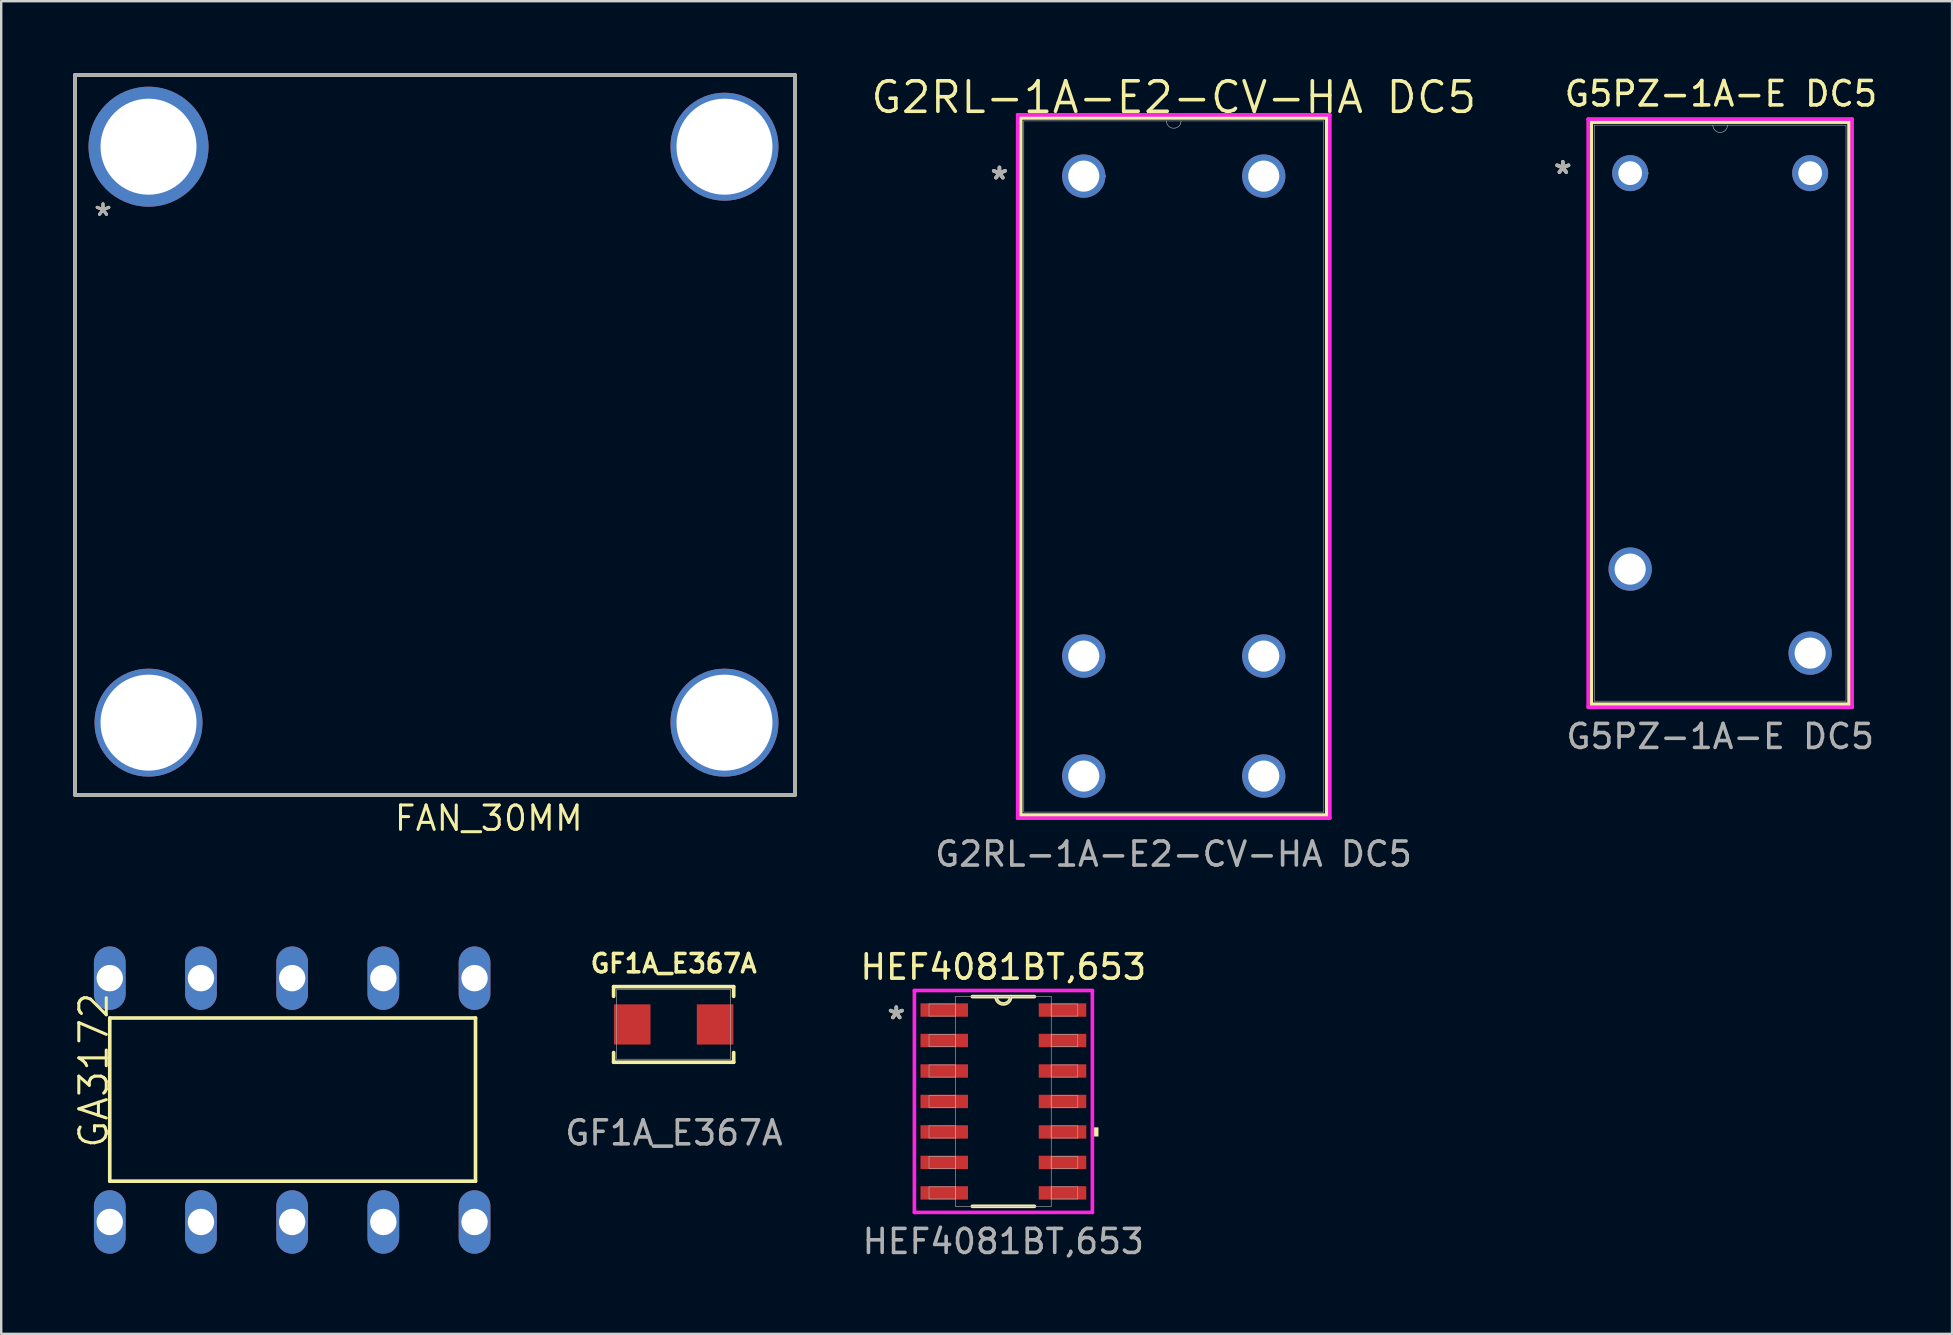
<source format=kicad_pcb>
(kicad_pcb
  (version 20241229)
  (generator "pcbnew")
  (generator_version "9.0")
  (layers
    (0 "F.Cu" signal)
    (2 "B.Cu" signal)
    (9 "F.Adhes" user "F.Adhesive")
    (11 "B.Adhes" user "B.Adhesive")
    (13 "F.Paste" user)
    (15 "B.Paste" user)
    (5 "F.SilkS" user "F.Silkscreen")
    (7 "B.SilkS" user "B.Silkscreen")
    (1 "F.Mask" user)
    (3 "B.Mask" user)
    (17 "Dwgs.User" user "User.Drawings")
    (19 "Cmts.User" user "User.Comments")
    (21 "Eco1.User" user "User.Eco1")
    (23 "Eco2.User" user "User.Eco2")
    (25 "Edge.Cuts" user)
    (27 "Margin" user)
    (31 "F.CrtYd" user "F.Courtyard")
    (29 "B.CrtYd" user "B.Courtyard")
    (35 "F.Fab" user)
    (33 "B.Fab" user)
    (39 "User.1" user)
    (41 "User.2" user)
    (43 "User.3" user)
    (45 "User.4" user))
  (footprint "G5PZ-1A-E DC5"
    (layer "F.Cu")
    (at 64.879 4.165)
    (property "Reference" "G5PZ-1A-E DC5" (at 3.783 -3.307 0) (unlocked yes) (layer "F.SilkS") (effects (font (size 1.016 1.016) (thickness 0.15))))
    (attr through_hole)
    (fp_line (start -1.622 -2.127) (end -1.622 22.13) (stroke (width 0.152) (type solid)) (layer "F.SilkS"))
    (fp_line (start -1.622 22.13) (end 9.122 22.13) (stroke (width 0.152) (type solid)) (layer "F.SilkS"))
    (fp_line (start 9.122 -2.127) (end -1.622 -2.127) (stroke (width 0.152) (type solid)) (layer "F.SilkS"))
    (fp_line (start 9.122 22.13) (end 9.122 -2.127) (stroke (width 0.152) (type solid)) (layer "F.SilkS"))
    (fp_line (start -1.749 -2.254) (end 9.249 -2.254) (stroke (width 0.152) (type solid)) (layer "F.CrtYd"))
    (fp_line (start -1.749 22.257) (end -1.749 -2.254) (stroke (width 0.152) (type solid)) (layer "F.CrtYd"))
    (fp_line (start 9.249 -2.254) (end 9.249 22.257) (stroke (width 0.152) (type solid)) (layer "F.CrtYd"))
    (fp_line (start 9.249 22.257) (end -1.749 22.257) (stroke (width 0.152) (type solid)) (layer "F.CrtYd"))
    (fp_line (start -1.495 -2) (end -1.495 22.003) (stroke (width 0.025) (type solid)) (layer "F.Fab"))
    (fp_line (start -1.495 22.003) (end 8.995 22.003) (stroke (width 0.025) (type solid)) (layer "F.Fab"))
    (fp_line (start 8.995 -2) (end -1.495 -2) (stroke (width 0.025) (type solid)) (layer "F.Fab"))
    (fp_line (start 8.995 22.003) (end 8.995 -2) (stroke (width 0.025) (type solid)) (layer "F.Fab"))
    (fp_arc (start 4.0548 -2) (mid 3.75 -1.6952) (end 3.4452 -2) (stroke (width 0.0254) (type solid)) (layer "F.Fab"))
    (fp_circle (center 0.749 0) (end 0.749 0) (stroke (width 0.025) (type solid)) (fill no) (layer "F.Fab"))
    (fp_text user "*" (at -2.806 0.074 0) (layer "F.SilkS") (effects (font (size 1 1) (thickness 0.15))))
    (fp_text user "*" (at -2.806 0.074 0) (layer "F.Fab") (effects (font (size 1 1) (thickness 0.15))))
    (fp_text user "${REFERENCE}" (at 3.752 23.475 0) (unlocked yes) (layer "F.Fab") (effects (font (size 1 1) (thickness 0.15))))
    (pad "1" thru_hole circle (at 0 0.000001) (size 1.499 1.499) (drill 0.991) (layers "*.Cu" "*.Mask"))
    (pad "2" thru_hole circle (at 0 16.5) (size 1.803 1.803) (drill 1.295) (layers "*.Cu" "*.Mask"))
    (pad "3" thru_hole circle (at 7.5 20) (size 1.803 1.803) (drill 1.295) (layers "*.Cu" "*.Mask"))
    (pad "4" thru_hole circle (at 7.5 0.000001) (size 1.499 1.499) (drill 0.991) (layers "*.Cu" "*.Mask")))
  (footprint "HEF4081BT,653"
    (layer "F.Cu")
    (at 38.761 42.848)
    (property "Reference" "HEF4081BT,653" (at -0.004 -5.601 0) (unlocked yes) (layer "F.SilkS") (effects (font (size 1.016 1.016) (thickness 0.15))))
    (attr smd)
    (fp_line (start -1.293 4.369) (end 1.293 4.369) (stroke (width 0.152) (type solid)) (layer "F.SilkS"))
    (fp_line (start 1.293 -4.369) (end -1.293 -4.369) (stroke (width 0.152) (type solid)) (layer "F.SilkS"))
    (fp_arc (start 0.3048 -4.3688) (mid 0 -4.064) (end -0.3048 -4.3688) (stroke (width 0.1524) (type solid)) (layer "F.SilkS"))
    (fp_poly (pts (xy 3.962 1.079) (xy 3.962 1.46) (xy 3.708 1.46) (xy 3.708 1.079)) (stroke (width 0) (type solid)) (fill yes) (layer "F.SilkS"))
    (fp_line (start -3.708 -4.623) (end 3.708 -4.623) (stroke (width 0.152) (type solid)) (layer "F.CrtYd"))
    (fp_line (start -3.708 4.623) (end -3.708 -4.623) (stroke (width 0.152) (type solid)) (layer "F.CrtYd"))
    (fp_line (start 3.708 -4.623) (end 3.708 4.623) (stroke (width 0.152) (type solid)) (layer "F.CrtYd"))
    (fp_line (start 3.708 4.623) (end -3.708 4.623) (stroke (width 0.152) (type solid)) (layer "F.CrtYd"))
    (fp_line (start -3.099 -4.064) (end -3.099 -3.556) (stroke (width 0.025) (type solid)) (layer "F.Fab"))
    (fp_line (start -3.099 -3.556) (end -1.994 -3.556) (stroke (width 0.025) (type solid)) (layer "F.Fab"))
    (fp_line (start -3.099 -2.794) (end -3.099 -2.286) (stroke (width 0.025) (type solid)) (layer "F.Fab"))
    (fp_line (start -3.099 -2.286) (end -1.994 -2.286) (stroke (width 0.025) (type solid)) (layer "F.Fab"))
    (fp_line (start -3.099 -1.524) (end -3.099 -1.016) (stroke (width 0.025) (type solid)) (layer "F.Fab"))
    (fp_line (start -3.099 -1.016) (end -1.994 -1.016) (stroke (width 0.025) (type solid)) (layer "F.Fab"))
    (fp_line (start -3.099 -0.254) (end -3.099 0.254) (stroke (width 0.025) (type solid)) (layer "F.Fab"))
    (fp_line (start -3.099 0.254) (end -1.994 0.254) (stroke (width 0.025) (type solid)) (layer "F.Fab"))
    (fp_line (start -3.099 1.016) (end -3.099 1.524) (stroke (width 0.025) (type solid)) (layer "F.Fab"))
    (fp_line (start -3.099 1.524) (end -1.994 1.524) (stroke (width 0.025) (type solid)) (layer "F.Fab"))
    (fp_line (start -3.099 2.286) (end -3.099 2.794) (stroke (width 0.025) (type solid)) (layer "F.Fab"))
    (fp_line (start -3.099 2.794) (end -1.994 2.794) (stroke (width 0.025) (type solid)) (layer "F.Fab"))
    (fp_line (start -3.099 3.556) (end -3.099 4.064) (stroke (width 0.025) (type solid)) (layer "F.Fab"))
    (fp_line (start -3.099 4.064) (end -1.994 4.064) (stroke (width 0.025) (type solid)) (layer "F.Fab"))
    (fp_line (start -1.994 -4.369) (end -1.994 4.369) (stroke (width 0.025) (type solid)) (layer "F.Fab"))
    (fp_line (start -1.994 -4.064) (end -3.099 -4.064) (stroke (width 0.025) (type solid)) (layer "F.Fab"))
    (fp_line (start -1.994 -3.556) (end -1.994 -4.064) (stroke (width 0.025) (type solid)) (layer "F.Fab"))
    (fp_line (start -1.994 -2.794) (end -3.099 -2.794) (stroke (width 0.025) (type solid)) (layer "F.Fab"))
    (fp_line (start -1.994 -2.286) (end -1.994 -2.794) (stroke (width 0.025) (type solid)) (layer "F.Fab"))
    (fp_line (start -1.994 -1.524) (end -3.099 -1.524) (stroke (width 0.025) (type solid)) (layer "F.Fab"))
    (fp_line (start -1.994 -1.016) (end -1.994 -1.524) (stroke (width 0.025) (type solid)) (layer "F.Fab"))
    (fp_line (start -1.994 -0.254) (end -3.099 -0.254) (stroke (width 0.025) (type solid)) (layer "F.Fab"))
    (fp_line (start -1.994 0.254) (end -1.994 -0.254) (stroke (width 0.025) (type solid)) (layer "F.Fab"))
    (fp_line (start -1.994 1.016) (end -3.099 1.016) (stroke (width 0.025) (type solid)) (layer "F.Fab"))
    (fp_line (start -1.994 1.524) (end -1.994 1.016) (stroke (width 0.025) (type solid)) (layer "F.Fab"))
    (fp_line (start -1.994 2.286) (end -3.099 2.286) (stroke (width 0.025) (type solid)) (layer "F.Fab"))
    (fp_line (start -1.994 2.794) (end -1.994 2.286) (stroke (width 0.025) (type solid)) (layer "F.Fab"))
    (fp_line (start -1.994 3.556) (end -3.099 3.556) (stroke (width 0.025) (type solid)) (layer "F.Fab"))
    (fp_line (start -1.994 4.064) (end -1.994 3.556) (stroke (width 0.025) (type solid)) (layer "F.Fab"))
    (fp_line (start -1.994 4.369) (end 1.994 4.369) (stroke (width 0.025) (type solid)) (layer "F.Fab"))
    (fp_line (start 1.994 -4.369) (end -1.994 -4.369) (stroke (width 0.025) (type solid)) (layer "F.Fab"))
    (fp_line (start 1.994 -4.064) (end 1.994 -3.556) (stroke (width 0.025) (type solid)) (layer "F.Fab"))
    (fp_line (start 1.994 -3.556) (end 3.099 -3.556) (stroke (width 0.025) (type solid)) (layer "F.Fab"))
    (fp_line (start 1.994 -2.794) (end 1.994 -2.286) (stroke (width 0.025) (type solid)) (layer "F.Fab"))
    (fp_line (start 1.994 -2.286) (end 3.099 -2.286) (stroke (width 0.025) (type solid)) (layer "F.Fab"))
    (fp_line (start 1.994 -1.524) (end 1.994 -1.016) (stroke (width 0.025) (type solid)) (layer "F.Fab"))
    (fp_line (start 1.994 -1.016) (end 3.099 -1.016) (stroke (width 0.025) (type solid)) (layer "F.Fab"))
    (fp_line (start 1.994 -0.254) (end 1.994 0.254) (stroke (width 0.025) (type solid)) (layer "F.Fab"))
    (fp_line (start 1.994 0.254) (end 3.099 0.254) (stroke (width 0.025) (type solid)) (layer "F.Fab"))
    (fp_line (start 1.994 1.016) (end 1.994 1.524) (stroke (width 0.025) (type solid)) (layer "F.Fab"))
    (fp_line (start 1.994 1.524) (end 3.099 1.524) (stroke (width 0.025) (type solid)) (layer "F.Fab"))
    (fp_line (start 1.994 2.286) (end 1.994 2.794) (stroke (width 0.025) (type solid)) (layer "F.Fab"))
    (fp_line (start 1.994 2.794) (end 3.099 2.794) (stroke (width 0.025) (type solid)) (layer "F.Fab"))
    (fp_line (start 1.994 3.556) (end 1.994 4.064) (stroke (width 0.025) (type solid)) (layer "F.Fab"))
    (fp_line (start 1.994 4.064) (end 3.099 4.064) (stroke (width 0.025) (type solid)) (layer "F.Fab"))
    (fp_line (start 1.994 4.369) (end 1.994 -4.369) (stroke (width 0.025) (type solid)) (layer "F.Fab"))
    (fp_line (start 3.099 -4.064) (end 1.994 -4.064) (stroke (width 0.025) (type solid)) (layer "F.Fab"))
    (fp_line (start 3.099 -3.556) (end 3.099 -4.064) (stroke (width 0.025) (type solid)) (layer "F.Fab"))
    (fp_line (start 3.099 -2.794) (end 1.994 -2.794) (stroke (width 0.025) (type solid)) (layer "F.Fab"))
    (fp_line (start 3.099 -2.286) (end 3.099 -2.794) (stroke (width 0.025) (type solid)) (layer "F.Fab"))
    (fp_line (start 3.099 -1.524) (end 1.994 -1.524) (stroke (width 0.025) (type solid)) (layer "F.Fab"))
    (fp_line (start 3.099 -1.016) (end 3.099 -1.524) (stroke (width 0.025) (type solid)) (layer "F.Fab"))
    (fp_line (start 3.099 -0.254) (end 1.994 -0.254) (stroke (width 0.025) (type solid)) (layer "F.Fab"))
    (fp_line (start 3.099 0.254) (end 3.099 -0.254) (stroke (width 0.025) (type solid)) (layer "F.Fab"))
    (fp_line (start 3.099 1.016) (end 1.994 1.016) (stroke (width 0.025) (type solid)) (layer "F.Fab"))
    (fp_line (start 3.099 1.524) (end 3.099 1.016) (stroke (width 0.025) (type solid)) (layer "F.Fab"))
    (fp_line (start 3.099 2.286) (end 1.994 2.286) (stroke (width 0.025) (type solid)) (layer "F.Fab"))
    (fp_line (start 3.099 2.794) (end 3.099 2.286) (stroke (width 0.025) (type solid)) (layer "F.Fab"))
    (fp_line (start 3.099 3.556) (end 1.994 3.556) (stroke (width 0.025) (type solid)) (layer "F.Fab"))
    (fp_line (start 3.099 4.064) (end 3.099 3.556) (stroke (width 0.025) (type solid)) (layer "F.Fab"))
    (fp_arc (start 0.3048 -4.3688) (mid 0 -4.064) (end -0.3048 -4.3688) (stroke (width 0.0254) (type solid)) (layer "F.Fab"))
    (fp_text user "*" (at -4.462 -3.384 0) (layer "F.SilkS") (effects (font (size 1 1) (thickness 0.15))))
    (fp_text user "${REFERENCE}" (at -0.004 5.834 0) (unlocked yes) (layer "F.Fab") (effects (font (size 1 1) (thickness 0.15))))
    (fp_text user "*" (at -4.462 -3.384 0) (layer "F.Fab") (effects (font (size 1 1) (thickness 0.15))))
    (pad "1" smd rect (at -2.464 -3.81) (size 1.981 0.559) (layers "F.Cu" "F.Mask" "F.Paste"))
    (pad "2" smd rect (at -2.464 -2.54) (size 1.981 0.559) (layers "F.Cu" "F.Mask" "F.Paste"))
    (pad "3" smd rect (at -2.464 -1.27) (size 1.981 0.559) (layers "F.Cu" "F.Mask" "F.Paste"))
    (pad "4" smd rect (at -2.464 0) (size 1.981 0.559) (layers "F.Cu" "F.Mask" "F.Paste"))
    (pad "5" smd rect (at -2.464 1.27) (size 1.981 0.559) (layers "F.Cu" "F.Mask" "F.Paste"))
    (pad "6" smd rect (at -2.464 2.54) (size 1.981 0.559) (layers "F.Cu" "F.Mask" "F.Paste"))
    (pad "7" smd rect (at -2.464 3.81) (size 1.981 0.559) (layers "F.Cu" "F.Mask" "F.Paste"))
    (pad "8" smd rect (at 2.464 3.81) (size 1.981 0.559) (layers "F.Cu" "F.Mask" "F.Paste"))
    (pad "9" smd rect (at 2.464 2.54) (size 1.981 0.559) (layers "F.Cu" "F.Mask" "F.Paste"))
    (pad "10" smd rect (at 2.464 1.27) (size 1.981 0.559) (layers "F.Cu" "F.Mask" "F.Paste"))
    (pad "11" smd rect (at 2.464 0) (size 1.981 0.559) (layers "F.Cu" "F.Mask" "F.Paste"))
    (pad "12" smd rect (at 2.464 -1.27) (size 1.981 0.559) (layers "F.Cu" "F.Mask" "F.Paste"))
    (pad "13" smd rect (at 2.464 -2.54) (size 1.981 0.559) (layers "F.Cu" "F.Mask" "F.Paste"))
    (pad "14" smd rect (at 2.464 -3.81) (size 1.981 0.559) (layers "F.Cu" "F.Mask" "F.Paste")))
  (footprint "G2RL-1A-E2-CV-HA DC5"
    (layer "F.Cu")
    (at 49.61 28.489)
    (property "Reference" "G2RL-1A-E2-CV-HA DC5" (at -3.75 -27.483 0) (unlocked yes) (layer "F.SilkS") (effects (font (size 1.27 1.27) (thickness 0.15))))
    (attr through_hole)
    (fp_line (start -10.127 -26.627) (end -10.127 2.427) (stroke (width 0.152) (type solid)) (layer "F.SilkS"))
    (fp_line (start -10.127 2.427) (end 2.627 2.427) (stroke (width 0.152) (type solid)) (layer "F.SilkS"))
    (fp_line (start 2.627 -26.627) (end -10.127 -26.627) (stroke (width 0.152) (type solid)) (layer "F.SilkS"))
    (fp_line (start 2.627 2.427) (end 2.627 -26.627) (stroke (width 0.152) (type solid)) (layer "F.SilkS"))
    (fp_line (start -10.254 -26.754) (end 2.754 -26.754) (stroke (width 0.152) (type solid)) (layer "F.CrtYd"))
    (fp_line (start -10.254 2.554) (end -10.254 -26.754) (stroke (width 0.152) (type solid)) (layer "F.CrtYd"))
    (fp_line (start 2.754 -26.754) (end 2.754 2.554) (stroke (width 0.152) (type solid)) (layer "F.CrtYd"))
    (fp_line (start 2.754 2.554) (end -10.254 2.554) (stroke (width 0.152) (type solid)) (layer "F.CrtYd"))
    (fp_line (start -10 -26.5) (end -10 2.3) (stroke (width 0.025) (type solid)) (layer "F.Fab"))
    (fp_line (start -10 2.3) (end 2.5 2.3) (stroke (width 0.025) (type solid)) (layer "F.Fab"))
    (fp_line (start 2.5 -26.5) (end -10 -26.5) (stroke (width 0.025) (type solid)) (layer "F.Fab"))
    (fp_line (start 2.5 2.3) (end 2.5 -26.5) (stroke (width 0.025) (type solid)) (layer "F.Fab"))
    (fp_arc (start -3.4452 -26.499993) (mid -3.75 -26.195193) (end -4.0548 -26.499993) (stroke (width 0.0254) (type solid)) (layer "F.Fab"))
    (fp_circle (center -6.598 -24.2) (end -6.598 -24.2) (stroke (width 0.025) (type solid)) (fill no) (layer "F.Fab"))
    (fp_text user "*" (at -11.014 -24.018 0) (layer "F.SilkS") (effects (font (size 1 1) (thickness 0.15))))
    (fp_text user "*" (at -11.014 -24.018 0) (layer "F.Fab") (effects (font (size 1 1) (thickness 0.15))))
    (fp_text user "${REFERENCE}" (at -3.761 4.052 0) (unlocked yes) (layer "F.Fab") (effects (font (size 1 1) (thickness 0.15))))
    (pad "1" thru_hole circle (at -7.5 -24.2) (size 1.803 1.803) (drill 1.295) (layers "*.Cu" "*.Mask"))
    (pad "3" thru_hole circle (at -7.5 -4.2) (size 1.803 1.803) (drill 1.295) (layers "*.Cu" "*.Mask"))
    (pad "4" thru_hole circle (at -7.5 0.8) (size 1.803 1.803) (drill 1.295) (layers "*.Cu" "*.Mask"))
    (pad "5" thru_hole circle (at 0 0.8) (size 1.803 1.803) (drill 1.295) (layers "*.Cu" "*.Mask"))
    (pad "6" thru_hole circle (at 0 -4.2) (size 1.803 1.803) (drill 1.295) (layers "*.Cu" "*.Mask"))
    (pad "8" thru_hole circle (at 0 -24.2) (size 1.803 1.803) (drill 1.295) (layers "*.Cu" "*.Mask")))
  (footprint "FAN_30MM"
    (layer "F.Cu")
    (at 3.139 3.063)
    (property "Reference" "FAN_30MM" (at 10.175 28.578 0) (layer "F.SilkS") (effects (font (size 1.016 1.016) (thickness 0.127)) (justify left bottom)))
    (attr through_hole)
    (fp_line (start -3.063 27.013) (end -3.063 -2.987) (stroke (width 0.152) (type solid)) (layer "F.SilkS"))
    (fp_line (start -3.063 27.013) (end 26.937 27.013) (stroke (width 0.152) (type solid)) (layer "F.SilkS"))
    (fp_line (start 26.937 -2.987) (end -3.063 -2.987) (stroke (width 0.152) (type solid)) (layer "F.SilkS"))
    (fp_line (start 26.937 -2.987) (end 26.937 27.013) (stroke (width 0.152) (type solid)) (layer "F.SilkS"))
    (fp_line (start -3.063 27.013) (end -3.063 -2.987) (stroke (width 0.152) (type solid)) (layer "F.Fab"))
    (fp_line (start -3.063 27.013) (end 26.937 27.013) (stroke (width 0.152) (type solid)) (layer "F.Fab"))
    (fp_line (start -0.406 -0.381) (end -0.381 0.406) (stroke (width 0.152) (type solid)) (layer "F.Fab"))
    (fp_line (start -0.381 0.406) (end 0.508 0.406) (stroke (width 0.152) (type solid)) (layer "F.Fab"))
    (fp_line (start 0.508 -0.406) (end -0.406 -0.381) (stroke (width 0.152) (type solid)) (layer "F.Fab"))
    (fp_line (start 0.508 0.406) (end 0.508 -0.406) (stroke (width 0.152) (type solid)) (layer "F.Fab"))
    (fp_line (start 26.937 -2.987) (end -3.063 -2.987) (stroke (width 0.152) (type solid)) (layer "F.Fab"))
    (fp_line (start 26.937 -2.987) (end 26.937 27.013) (stroke (width 0.152) (type solid)) (layer "F.Fab"))
    (fp_text user "*" (at -2.369 3.529 0) (layer "F.SilkS") (effects (font (size 1.016 1.016) (thickness 0.127)) (justify left bottom)))
    (fp_text user "*" (at -2.365 3.528 0) (layer "F.Fab") (effects (font (size 1.016 1.016) (thickness 0.127)) (justify left bottom)))
    (pad "1" thru_hole circle (at 0 0) (size 5 5) (drill 4) (layers "*.Cu" "*.Mask"))
    (pad "2" thru_hole circle (at 0 24) (size 4.5 4.5) (drill 4) (layers "*.Cu" "*.Mask"))
    (pad "13" thru_hole circle (at 24 24) (size 4.5 4.5) (drill 4) (layers "*.Cu" "*.Mask"))
    (pad "14" thru_hole circle (at 24 0) (size 4.5 4.5) (drill 4) (layers "*.Cu" "*.Mask")))
  (footprint "GF1A_E367A"
    (layer "F.Cu")
    (at 25.021 39.639)
    (property "Reference" "GF1A_E367A" (at 0 -2.54 0) (unlocked yes) (layer "F.SilkS") (effects (font (size 0.762 0.762) (thickness 0.15))))
    (attr smd)
    (fp_line (start -2.502 -1.575) (end -2.502 -1.171) (stroke (width 0.152) (type solid)) (layer "F.SilkS"))
    (fp_line (start -2.502 1.171) (end -2.502 1.575) (stroke (width 0.152) (type solid)) (layer "F.SilkS"))
    (fp_line (start -2.502 1.575) (end 2.502 1.575) (stroke (width 0.152) (type solid)) (layer "F.SilkS"))
    (fp_line (start 2.502 -1.575) (end -2.502 -1.575) (stroke (width 0.152) (type solid)) (layer "F.SilkS"))
    (fp_line (start 2.502 -1.171) (end 2.502 -1.575) (stroke (width 0.152) (type solid)) (layer "F.SilkS"))
    (fp_line (start 2.502 1.575) (end 2.502 1.171) (stroke (width 0.152) (type solid)) (layer "F.SilkS"))
    (fp_line (start -2.375 -1.448) (end -2.375 1.448) (stroke (width 0.025) (type solid)) (layer "F.Fab"))
    (fp_line (start -2.375 1.448) (end 2.375 1.448) (stroke (width 0.025) (type solid)) (layer "F.Fab"))
    (fp_line (start 2.375 -1.448) (end -2.375 -1.448) (stroke (width 0.025) (type solid)) (layer "F.Fab"))
    (fp_line (start 2.375 1.448) (end 2.375 -1.448) (stroke (width 0.025) (type solid)) (layer "F.Fab"))
    (fp_text user "${REFERENCE}" (at 0.012 4.519 0) (unlocked yes) (layer "F.Fab") (effects (font (size 1 1) (thickness 0.15))))
    (pad "1" smd rect (at -1.727 0) (size 1.524 1.676) (layers "F.Cu" "F.Mask" "F.Paste"))
    (pad "2" smd rect (at 1.727 0) (size 1.524 1.676) (layers "F.Cu" "F.Mask" "F.Paste")))
  (footprint "GA3172"
    (layer "F.Cu")
    (at 1.524 47.87)
    (property "Reference" "GA3172" (at 0 -3 90) (layer "F.SilkS") (effects (font (size 1.143 1.143) (thickness 0.127)) (justify left bottom)))
    (attr through_hole)
    (fp_line (start 0 -1.7) (end 0 -8.5) (stroke (width 0.152) (type solid)) (layer "F.SilkS"))
    (fp_line (start 0 -1.7) (end 15.24 -1.7) (stroke (width 0.152) (type default)) (layer "F.SilkS"))
    (fp_line (start 15.24 -8.5) (end 0 -8.5) (stroke (width 0.152) (type default)) (layer "F.SilkS"))
    (fp_line (start 15.24 -1.7) (end 15.24 -8.5) (stroke (width 0.152) (type default)) (layer "F.SilkS"))
    (pad "1" thru_hole oval (at 0 0 90) (size 2.642 1.321) (drill 1.1) (layers "*.Cu" "*.Mask"))
    (pad "2" thru_hole oval (at 3.8 0 90) (size 2.642 1.321) (drill 1.1) (layers "*.Cu" "*.Mask"))
    (pad "3" thru_hole oval (at 7.6 0 90) (size 2.642 1.321) (drill 1.1) (layers "*.Cu" "*.Mask"))
    (pad "4" thru_hole oval (at 11.4 0 90) (size 2.642 1.321) (drill 1.1) (layers "*.Cu" "*.Mask"))
    (pad "5" thru_hole oval (at 15.2 0 90) (size 2.642 1.321) (drill 1.1) (layers "*.Cu" "*.Mask"))
    (pad "6" thru_hole oval (at 15.2 -10.16 90) (size 2.642 1.321) (drill 1.1) (layers "*.Cu" "*.Mask"))
    (pad "7" thru_hole oval (at 11.4 -10.16 90) (size 2.642 1.321) (drill 1.1) (layers "*.Cu" "*.Mask"))
    (pad "8" thru_hole oval (at 7.6 -10.16 90) (size 2.642 1.321) (drill 1.1) (layers "*.Cu" "*.Mask"))
    (pad "9" thru_hole oval (at 3.8 -10.16 90) (size 2.642 1.321) (drill 1.1) (layers "*.Cu" "*.Mask"))
    (pad "10" thru_hole oval (at 0 -10.16 90) (size 2.642 1.321) (drill 1.1) (layers "*.Cu" "*.Mask")))
  (gr_rect
    (start -3 -3)
    (end 78.293 52.531)
    (stroke (width 0.1) (type default))
    (fill no)
    (layer "Edge.Cuts")))
</source>
